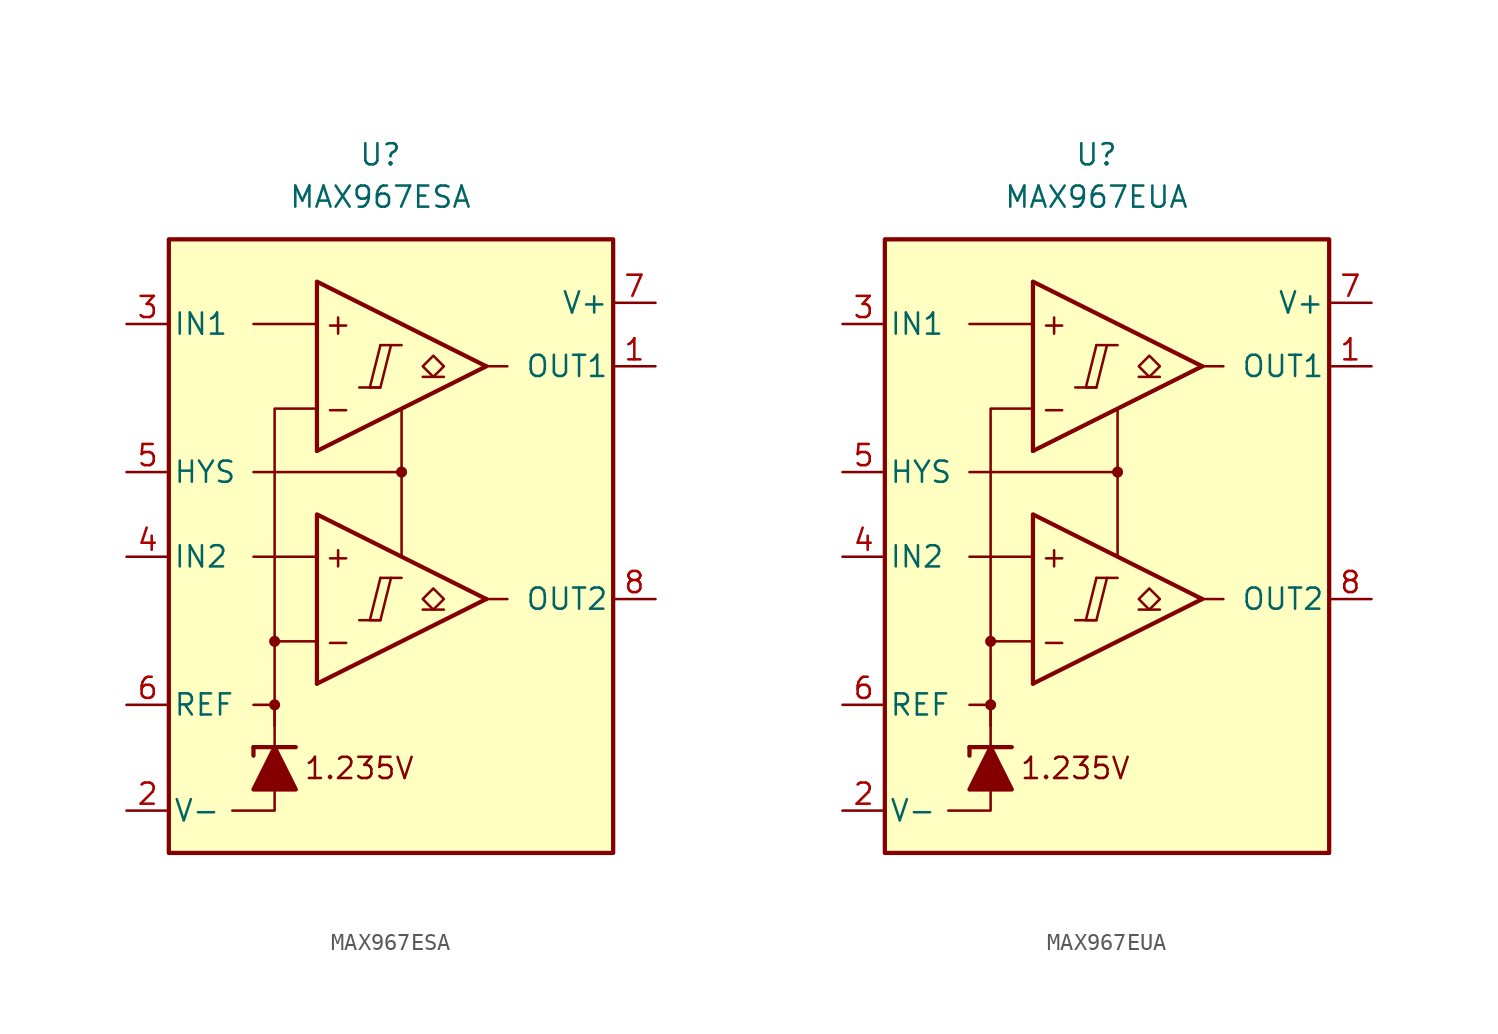
<source format=kicad_sym>
(kicad_symbol_lib
  (version 20211014)
  (generator kicad_symbol_editor)
  (symbol "MAX967ESA"
    (pin_names
      (offset 0.254))
    (property "Reference" "U"
      (at -1.27 22.86 0)
      (effects (font (size 1.27 1.27))))
    (property "Value" "MAX967ESA"
      (at -1.27 20.32 0)
      (effects (font (size 1.27 1.27))))
    (symbol "MAX967ESA_0_0"
      (rectangle (start -13.97 17.78) (end 12.7 -19.05) (stroke (width 0.254) (type default) (color 0 0 0 0)) (fill (type background)))
      (circle (center -7.62 -10.16) (radius 0.254) (stroke (width 0.152) (type default) (color 0 0 0 0)) (fill (type outline)))
      (circle (center -7.62 -6.35) (radius 0.254) (stroke (width 0.152) (type default) (color 0 0 0 0)) (fill (type outline)))
      (polyline (pts (xy -2.54 -5.08) (xy -1.27 -5.08)) (stroke (width 0.152) (type default) (color 0 0 0 0)) (fill (type none)))
      (polyline (pts (xy -2.54 8.89) (xy -1.27 8.89)) (stroke (width 0.152) (type default) (color 0 0 0 0)) (fill (type none)))
      (polyline (pts (xy -1.27 -2.54) (xy 0 -2.54)) (stroke (width 0.152) (type default) (color 0 0 0 0)) (fill (type none)))
      (polyline (pts (xy -1.27 11.43) (xy 0 11.43)) (stroke (width 0.152) (type default) (color 0 0 0 0)) (fill (type none)))
      (polyline (pts (xy 5.08 -3.81) (xy -5.08 -8.89)) (stroke (width 0.254) (type default) (color 0 0 0 0)) (fill (type none)))
      (polyline (pts (xy 5.08 10.16) (xy -5.08 5.08)) (stroke (width 0.254) (type default) (color 0 0 0 0)) (fill (type none)))
      (polyline (pts (xy 5.08 -3.81) (xy -5.08 1.27) (xy -5.08 -8.89)) (stroke (width 0.254) (type default) (color 0 0 0 0)) (fill (type background)))
      (polyline (pts (xy 5.08 10.16) (xy -5.08 15.24) (xy -5.08 5.08)) (stroke (width 0.254) (type default) (color 0 0 0 0)) (fill (type background)))
      (polyline (pts (xy -1.27 -2.54) (xy -1.905 -5.08) (xy -1.27 -5.08) (xy -0.635 -2.54)) (stroke (width 0.152) (type default) (color 0 0 0 0)) (fill (type none)))
      (polyline (pts (xy -1.27 11.43) (xy -1.905 8.89) (xy -1.27 8.89) (xy -0.635 11.43)) (stroke (width 0.152) (type default) (color 0 0 0 0)) (fill (type none)))
      (circle (center 0 3.81) (radius 0.254) (stroke (width 0.152) (type default) (color 0 0 0 0)) (fill (type outline)))
      (text "+" (at -3.81 -1.27 0) (effects (font (size 1.27 1.27))))
      (text "+" (at -3.81 12.7 0) (effects (font (size 1.27 1.27))))
      (text "-" (at -3.81 -6.35 0) (effects (font (size 1.27 1.27))))
      (text "-" (at -3.81 7.62 0) (effects (font (size 1.27 1.27))))
      (text "1.235V" (at -2.54 -13.97 0) (effects (font (size 1.27 1.27)))))
    (symbol "MAX967ESA_0_1"
      (polyline (pts (xy -8.89 -12.7) (xy -8.89 -13.208)) (stroke (width 0.254) (type default) (color 0 0 0 0)) (fill (type none)))
      (polyline (pts (xy -8.89 -12.7) (xy -6.35 -12.7)) (stroke (width 0.254) (type default) (color 0 0 0 0)) (fill (type none)))
      (polyline (pts (xy -5.08 -1.27) (xy -8.89 -1.27)) (stroke (width 0) (type default) (color 0 0 0 0)) (fill (type none)))
      (polyline (pts (xy -5.08 12.7) (xy -8.89 12.7)) (stroke (width 0) (type default) (color 0 0 0 0)) (fill (type none)))
      (polyline (pts (xy 0 3.81) (xy 0 -1.27)) (stroke (width 0) (type default) (color 0 0 0 0)) (fill (type none)))
      (polyline (pts (xy 5.08 -3.81) (xy 6.35 -3.81)) (stroke (width 0) (type default) (color 0 0 0 0)) (fill (type none)))
      (polyline (pts (xy 5.08 10.16) (xy 6.35 10.16)) (stroke (width 0) (type default) (color 0 0 0 0)) (fill (type none)))
      (polyline (pts (xy -7.62 -15.24) (xy -7.62 -16.51) (xy -10.16 -16.51)) (stroke (width 0) (type default) (color 0 0 0 0)) (fill (type none)))
      (polyline (pts (xy -7.62 -12.7) (xy -7.62 -10.16) (xy -8.89 -10.16)) (stroke (width 0) (type default) (color 0 0 0 0)) (fill (type none)))
      (polyline (pts (xy -7.62 -11.43) (xy -7.62 -6.35) (xy -5.08 -6.35)) (stroke (width 0) (type default) (color 0 0 0 0)) (fill (type none)))
      (polyline (pts (xy -7.62 -6.35) (xy -7.62 7.62) (xy -5.08 7.62)) (stroke (width 0) (type default) (color 0 0 0 0)) (fill (type none)))
      (polyline (pts (xy 0 7.62) (xy 0 3.81) (xy -8.89 3.81)) (stroke (width 0) (type default) (color 0 0 0 0)) (fill (type none)))
      (polyline (pts (xy -6.35 -15.24) (xy -8.89 -15.24) (xy -7.62 -12.7) (xy -6.35 -15.24)) (stroke (width 0.254) (type default) (color 0 0 0 0)) (fill (type outline))))
    (symbol "MAX967ESA_1_1"
      (polyline (pts (xy 2.54 -4.445) (xy 1.27 -4.445)) (stroke (width 0.152) (type default) (color 0 0 0 0)) (fill (type none)))
      (polyline (pts (xy 2.54 9.525) (xy 1.27 9.525)) (stroke (width 0.152) (type default) (color 0 0 0 0)) (fill (type none)))
      (polyline (pts (xy 1.905 -4.445) (xy 1.27 -3.81) (xy 1.905 -3.175) (xy 2.54 -3.81) (xy 1.905 -4.445)) (stroke (width 0.152) (type default) (color 0 0 0 0)) (fill (type none)))
      (polyline (pts (xy 1.905 9.525) (xy 1.27 10.16) (xy 1.905 10.795) (xy 2.54 10.16) (xy 1.905 9.525)) (stroke (width 0.152) (type default) (color 0 0 0 0)) (fill (type none)))
      (pin output line (at 15.24 10.16 180) (length 2.54) (name "OUT1" (effects (font (size 1.27 1.27)))) (number "1" (effects (font (size 1.27 1.27)))))
      (pin power_in line (at -16.51 -16.51 0) (length 2.54) (name "V-" (effects (font (size 1.27 1.27)))) (number "2" (effects (font (size 1.27 1.27)))))
      (pin input line (at -16.51 12.7 0) (length 2.54) (name "IN1" (effects (font (size 1.27 1.27)))) (number "3" (effects (font (size 1.27 1.27)))))
      (pin input line (at -16.51 -1.27 0) (length 2.54) (name "IN2" (effects (font (size 1.27 1.27)))) (number "4" (effects (font (size 1.27 1.27)))))
      (pin input line (at -16.51 3.81 0) (length 2.54) (name "HYS" (effects (font (size 1.27 1.27)))) (number "5" (effects (font (size 1.27 1.27)))))
      (pin output line (at -16.51 -10.16 0) (length 2.54) (name "REF" (effects (font (size 1.27 1.27)))) (number "6" (effects (font (size 1.27 1.27)))))
      (pin power_in line (at 15.24 13.97 180) (length 2.54) (name "V+" (effects (font (size 1.27 1.27)))) (number "7" (effects (font (size 1.27 1.27)))))
      (pin output line (at 15.24 -3.81 180) (length 2.54) (name "OUT2" (effects (font (size 1.27 1.27)))) (number "8" (effects (font (size 1.27 1.27)))))))
  (symbol "MAX967EUA"
    (pin_names
      (offset 0.254))
    (property "Reference" "U"
      (at -1.27 22.86 0)
      (effects (font (size 1.27 1.27))))
    (property "Value" "MAX967EUA"
      (at -1.27 20.32 0)
      (effects (font (size 1.27 1.27))))
    (symbol "MAX967EUA_0_0"
      (rectangle (start -13.97 17.78) (end 12.7 -19.05) (stroke (width 0.254) (type default) (color 0 0 0 0)) (fill (type background)))
      (circle (center -7.62 -10.16) (radius 0.254) (stroke (width 0.152) (type default) (color 0 0 0 0)) (fill (type outline)))
      (circle (center -7.62 -6.35) (radius 0.254) (stroke (width 0.152) (type default) (color 0 0 0 0)) (fill (type outline)))
      (polyline (pts (xy -2.54 -5.08) (xy -1.27 -5.08)) (stroke (width 0.152) (type default) (color 0 0 0 0)) (fill (type none)))
      (polyline (pts (xy -2.54 8.89) (xy -1.27 8.89)) (stroke (width 0.152) (type default) (color 0 0 0 0)) (fill (type none)))
      (polyline (pts (xy -1.27 -2.54) (xy 0 -2.54)) (stroke (width 0.152) (type default) (color 0 0 0 0)) (fill (type none)))
      (polyline (pts (xy -1.27 11.43) (xy 0 11.43)) (stroke (width 0.152) (type default) (color 0 0 0 0)) (fill (type none)))
      (polyline (pts (xy 5.08 -3.81) (xy -5.08 -8.89)) (stroke (width 0.254) (type default) (color 0 0 0 0)) (fill (type none)))
      (polyline (pts (xy 5.08 10.16) (xy -5.08 5.08)) (stroke (width 0.254) (type default) (color 0 0 0 0)) (fill (type none)))
      (polyline (pts (xy 5.08 -3.81) (xy -5.08 1.27) (xy -5.08 -8.89)) (stroke (width 0.254) (type default) (color 0 0 0 0)) (fill (type background)))
      (polyline (pts (xy 5.08 10.16) (xy -5.08 15.24) (xy -5.08 5.08)) (stroke (width 0.254) (type default) (color 0 0 0 0)) (fill (type background)))
      (polyline (pts (xy -1.27 -2.54) (xy -1.905 -5.08) (xy -1.27 -5.08) (xy -0.635 -2.54)) (stroke (width 0.152) (type default) (color 0 0 0 0)) (fill (type none)))
      (polyline (pts (xy -1.27 11.43) (xy -1.905 8.89) (xy -1.27 8.89) (xy -0.635 11.43)) (stroke (width 0.152) (type default) (color 0 0 0 0)) (fill (type none)))
      (circle (center 0 3.81) (radius 0.254) (stroke (width 0.152) (type default) (color 0 0 0 0)) (fill (type outline)))
      (text "+" (at -3.81 -1.27 0) (effects (font (size 1.27 1.27))))
      (text "+" (at -3.81 12.7 0) (effects (font (size 1.27 1.27))))
      (text "-" (at -3.81 -6.35 0) (effects (font (size 1.27 1.27))))
      (text "-" (at -3.81 7.62 0) (effects (font (size 1.27 1.27))))
      (text "1.235V" (at -2.54 -13.97 0) (effects (font (size 1.27 1.27)))))
    (symbol "MAX967EUA_0_1"
      (polyline (pts (xy -8.89 -12.7) (xy -8.89 -13.208)) (stroke (width 0.254) (type default) (color 0 0 0 0)) (fill (type none)))
      (polyline (pts (xy -8.89 -12.7) (xy -6.35 -12.7)) (stroke (width 0.254) (type default) (color 0 0 0 0)) (fill (type none)))
      (polyline (pts (xy -5.08 -1.27) (xy -8.89 -1.27)) (stroke (width 0) (type default) (color 0 0 0 0)) (fill (type none)))
      (polyline (pts (xy -5.08 12.7) (xy -8.89 12.7)) (stroke (width 0) (type default) (color 0 0 0 0)) (fill (type none)))
      (polyline (pts (xy 0 3.81) (xy 0 -1.27)) (stroke (width 0) (type default) (color 0 0 0 0)) (fill (type none)))
      (polyline (pts (xy 5.08 -3.81) (xy 6.35 -3.81)) (stroke (width 0) (type default) (color 0 0 0 0)) (fill (type none)))
      (polyline (pts (xy 5.08 10.16) (xy 6.35 10.16)) (stroke (width 0) (type default) (color 0 0 0 0)) (fill (type none)))
      (polyline (pts (xy -7.62 -15.24) (xy -7.62 -16.51) (xy -10.16 -16.51)) (stroke (width 0) (type default) (color 0 0 0 0)) (fill (type none)))
      (polyline (pts (xy -7.62 -12.7) (xy -7.62 -10.16) (xy -8.89 -10.16)) (stroke (width 0) (type default) (color 0 0 0 0)) (fill (type none)))
      (polyline (pts (xy -7.62 -11.43) (xy -7.62 -6.35) (xy -5.08 -6.35)) (stroke (width 0) (type default) (color 0 0 0 0)) (fill (type none)))
      (polyline (pts (xy -7.62 -6.35) (xy -7.62 7.62) (xy -5.08 7.62)) (stroke (width 0) (type default) (color 0 0 0 0)) (fill (type none)))
      (polyline (pts (xy 0 7.62) (xy 0 3.81) (xy -8.89 3.81)) (stroke (width 0) (type default) (color 0 0 0 0)) (fill (type none)))
      (polyline (pts (xy -6.35 -15.24) (xy -8.89 -15.24) (xy -7.62 -12.7) (xy -6.35 -15.24)) (stroke (width 0.254) (type default) (color 0 0 0 0)) (fill (type outline))))
    (symbol "MAX967EUA_1_1"
      (polyline (pts (xy 2.54 -4.445) (xy 1.27 -4.445)) (stroke (width 0.152) (type default) (color 0 0 0 0)) (fill (type none)))
      (polyline (pts (xy 2.54 9.525) (xy 1.27 9.525)) (stroke (width 0.152) (type default) (color 0 0 0 0)) (fill (type none)))
      (polyline (pts (xy 1.905 -4.445) (xy 1.27 -3.81) (xy 1.905 -3.175) (xy 2.54 -3.81) (xy 1.905 -4.445)) (stroke (width 0.152) (type default) (color 0 0 0 0)) (fill (type none)))
      (polyline (pts (xy 1.905 9.525) (xy 1.27 10.16) (xy 1.905 10.795) (xy 2.54 10.16) (xy 1.905 9.525)) (stroke (width 0.152) (type default) (color 0 0 0 0)) (fill (type none)))
      (pin output line (at 15.24 10.16 180) (length 2.54) (name "OUT1" (effects (font (size 1.27 1.27)))) (number "1" (effects (font (size 1.27 1.27)))))
      (pin power_in line (at -16.51 -16.51 0) (length 2.54) (name "V-" (effects (font (size 1.27 1.27)))) (number "2" (effects (font (size 1.27 1.27)))))
      (pin input line (at -16.51 12.7 0) (length 2.54) (name "IN1" (effects (font (size 1.27 1.27)))) (number "3" (effects (font (size 1.27 1.27)))))
      (pin input line (at -16.51 -1.27 0) (length 2.54) (name "IN2" (effects (font (size 1.27 1.27)))) (number "4" (effects (font (size 1.27 1.27)))))
      (pin input line (at -16.51 3.81 0) (length 2.54) (name "HYS" (effects (font (size 1.27 1.27)))) (number "5" (effects (font (size 1.27 1.27)))))
      (pin output line (at -16.51 -10.16 0) (length 2.54) (name "REF" (effects (font (size 1.27 1.27)))) (number "6" (effects (font (size 1.27 1.27)))))
      (pin power_in line (at 15.24 13.97 180) (length 2.54) (name "V+" (effects (font (size 1.27 1.27)))) (number "7" (effects (font (size 1.27 1.27)))))
      (pin output line (at 15.24 -3.81 180) (length 2.54) (name "OUT2" (effects (font (size 1.27 1.27)))) (number "8" (effects (font (size 1.27 1.27))))))))
</source>
